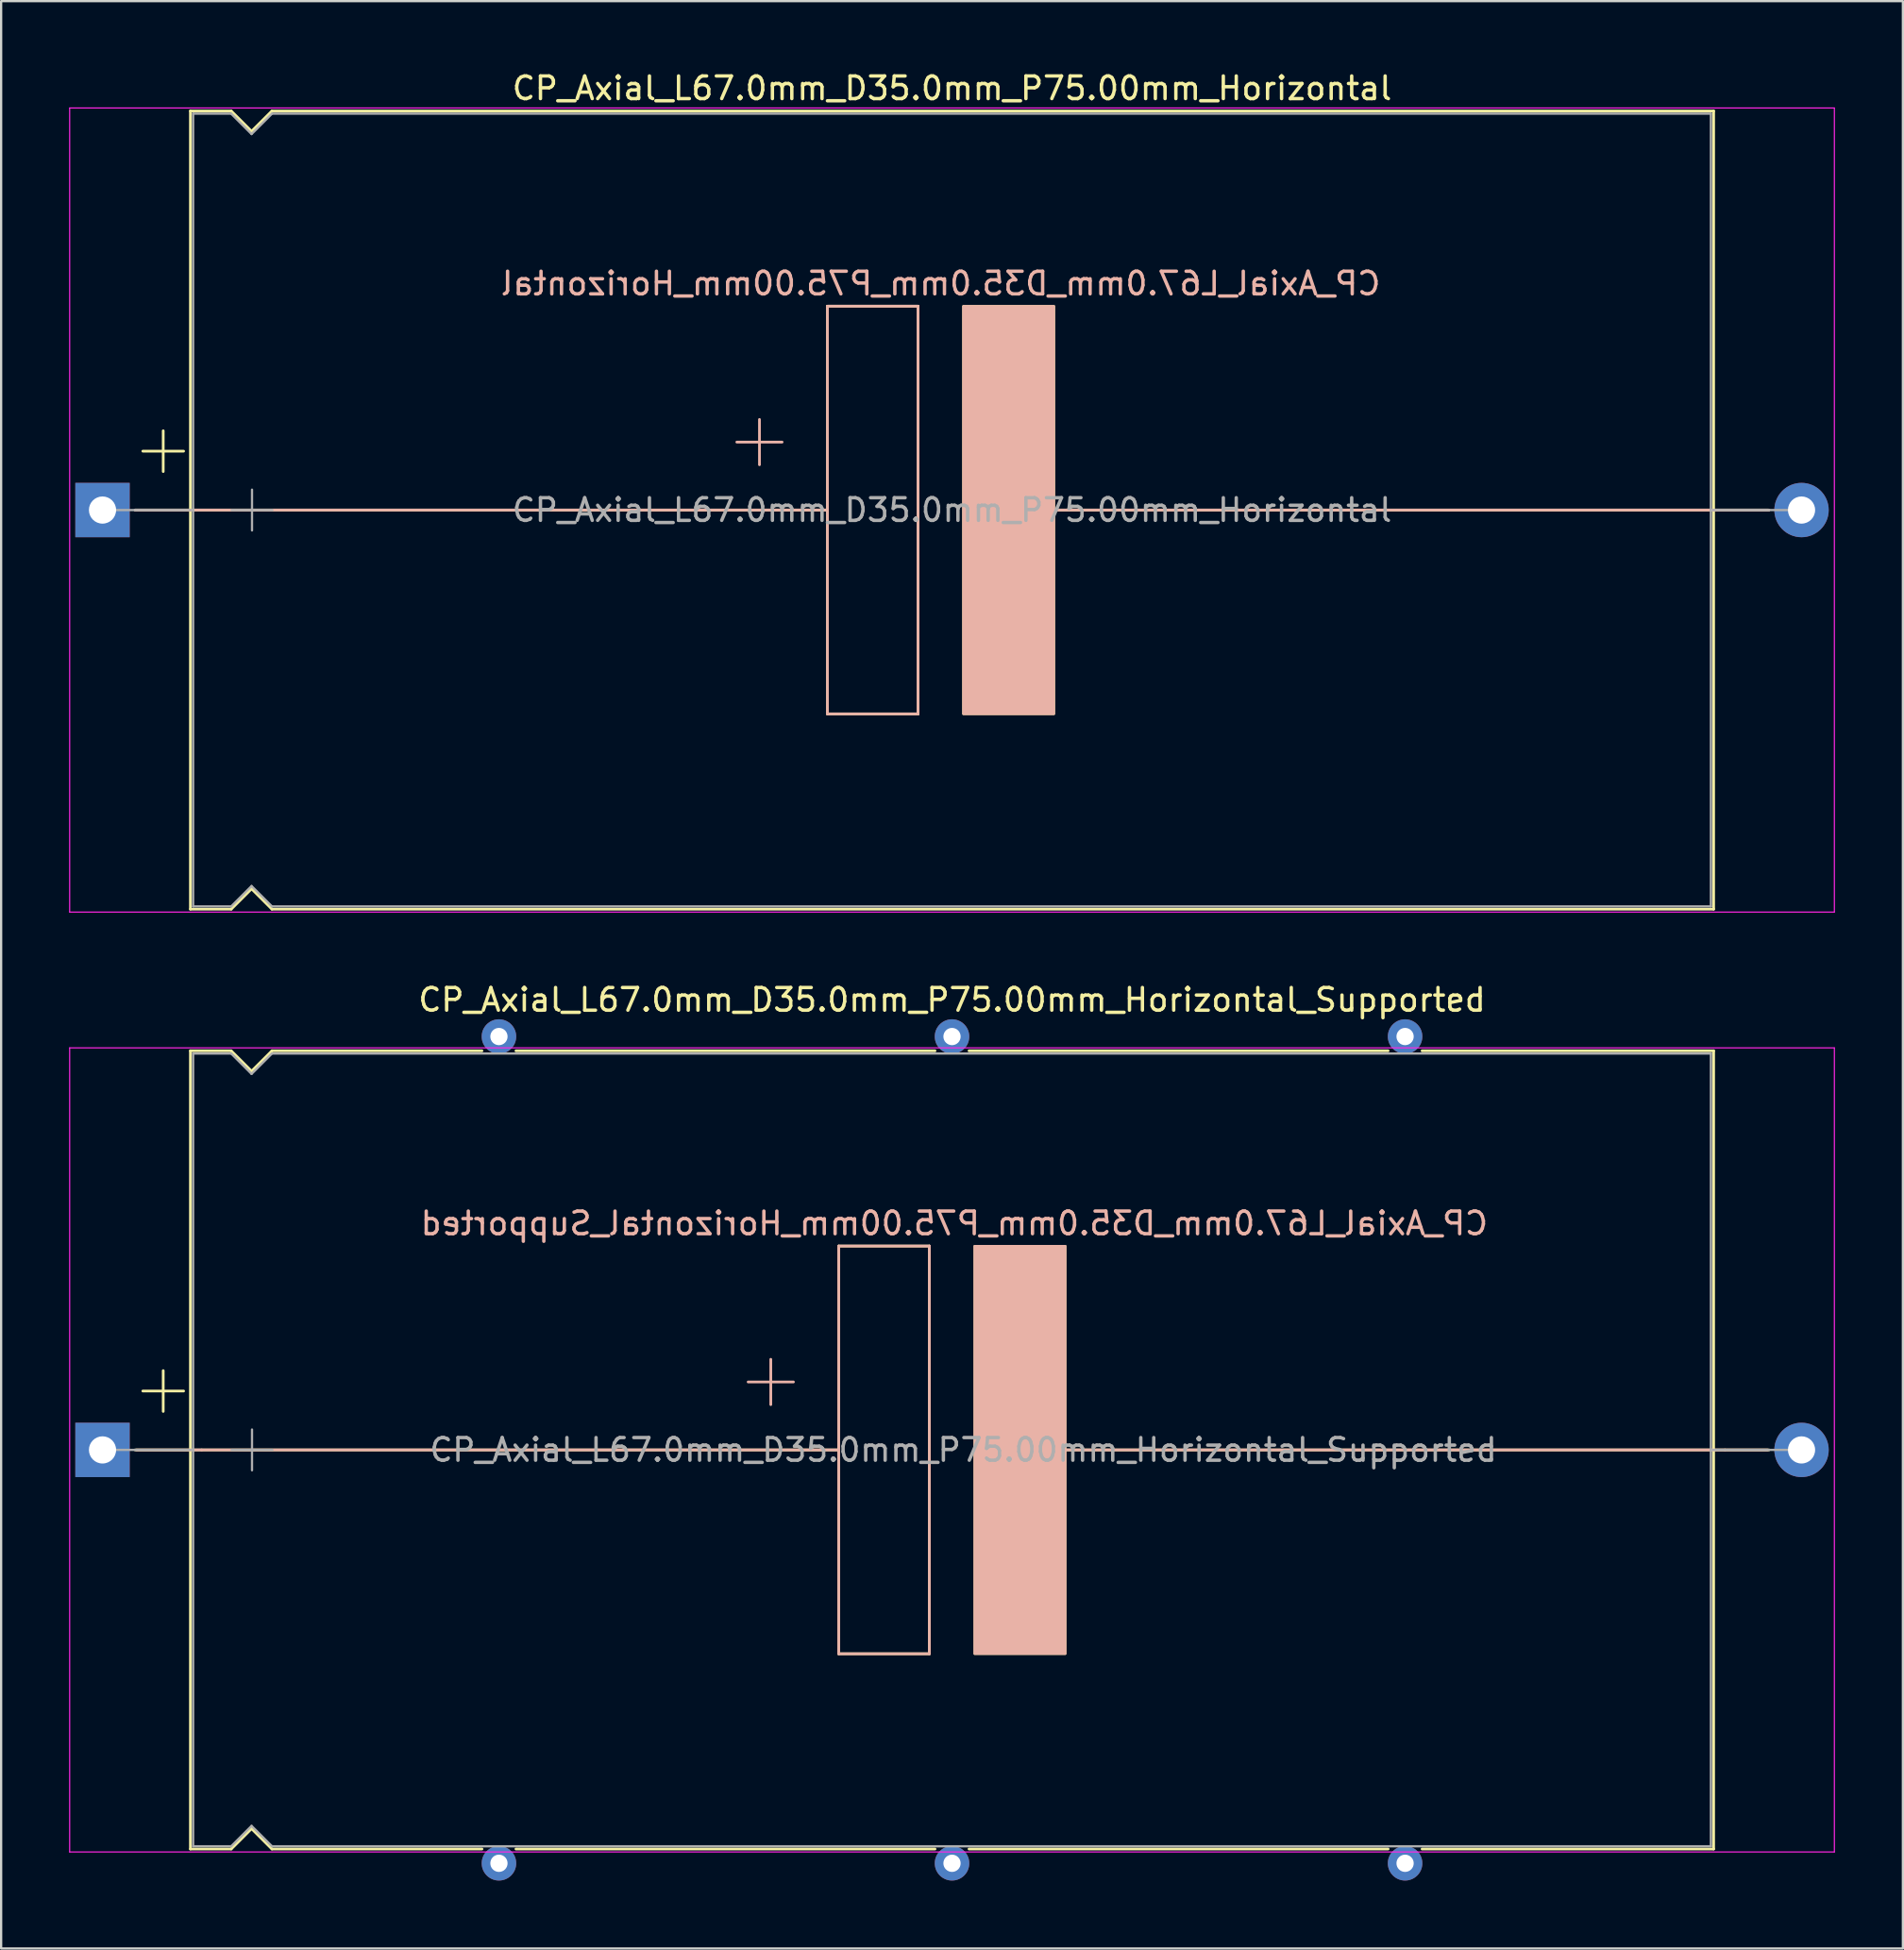
<source format=kicad_pcb>
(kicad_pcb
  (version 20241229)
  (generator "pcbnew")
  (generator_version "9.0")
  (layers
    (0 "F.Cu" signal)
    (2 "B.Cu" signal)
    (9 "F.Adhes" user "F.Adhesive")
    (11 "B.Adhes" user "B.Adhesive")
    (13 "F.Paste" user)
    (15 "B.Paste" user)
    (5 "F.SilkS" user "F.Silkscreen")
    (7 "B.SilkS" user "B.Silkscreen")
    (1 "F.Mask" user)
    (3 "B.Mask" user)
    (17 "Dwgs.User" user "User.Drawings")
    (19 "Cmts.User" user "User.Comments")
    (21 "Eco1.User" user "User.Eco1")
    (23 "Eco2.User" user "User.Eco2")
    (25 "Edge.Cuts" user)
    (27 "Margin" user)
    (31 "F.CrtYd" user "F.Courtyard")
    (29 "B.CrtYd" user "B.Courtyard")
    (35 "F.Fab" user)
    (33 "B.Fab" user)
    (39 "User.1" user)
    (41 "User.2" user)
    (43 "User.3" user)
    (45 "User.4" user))
  (footprint "CP_Axial_L67.0mm_D35.0mm_P75.00mm_Horizontal"
    (layer "F.Cu")
    (at 1.475 19.468)
    (property "Reference" "CP_Axial_L67.0mm_D35.0mm_P75.00mm_Horizontal" (at 37.5 -18.62 0) (layer "F.SilkS") (effects (font (size 1 1) (thickness 0.15))))
    (fp_line (start 1.44 0) (end 3.88 0) (stroke (width 0.12) (type solid)) (layer "F.SilkS"))
    (fp_line (start 1.78 -2.6) (end 3.58 -2.6) (stroke (width 0.12) (type solid)) (layer "F.SilkS"))
    (fp_line (start 2.68 -3.5) (end 2.68 -1.7) (stroke (width 0.12) (type solid)) (layer "F.SilkS"))
    (fp_line (start 3.873 0) (end 32 0) (stroke (width 0.12) (type solid)) (layer "F.SilkS"))
    (fp_line (start 3.88 -17.62) (end 3.88 17.62) (stroke (width 0.12) (type solid)) (layer "F.SilkS"))
    (fp_line (start 3.88 -17.62) (end 5.68 -17.62) (stroke (width 0.12) (type solid)) (layer "F.SilkS"))
    (fp_line (start 3.88 17.62) (end 5.68 17.62) (stroke (width 0.12) (type solid)) (layer "F.SilkS"))
    (fp_line (start 5.68 -17.62) (end 6.58 -16.72) (stroke (width 0.12) (type solid)) (layer "F.SilkS"))
    (fp_line (start 5.68 17.62) (end 6.58 16.72) (stroke (width 0.12) (type solid)) (layer "F.SilkS"))
    (fp_line (start 6.58 -16.72) (end 7.48 -17.62) (stroke (width 0.12) (type solid)) (layer "F.SilkS"))
    (fp_line (start 6.58 16.72) (end 7.48 17.62) (stroke (width 0.12) (type solid)) (layer "F.SilkS"))
    (fp_line (start 7.48 -17.62) (end 71.12 -17.62) (stroke (width 0.12) (type solid)) (layer "F.SilkS"))
    (fp_line (start 7.48 17.62) (end 71.12 17.62) (stroke (width 0.12) (type solid)) (layer "F.SilkS"))
    (fp_line (start 32 -9) (end 36 -9) (stroke (width 0.12) (type solid)) (layer "F.SilkS"))
    (fp_line (start 32 9) (end 32 -9) (stroke (width 0.12) (type solid)) (layer "F.SilkS"))
    (fp_line (start 36 -9) (end 36 9) (stroke (width 0.12) (type solid)) (layer "F.SilkS"))
    (fp_line (start 36 9) (end 32 9) (stroke (width 0.12) (type solid)) (layer "F.SilkS"))
    (fp_line (start 42 0) (end 71.12 0) (stroke (width 0.12) (type solid)) (layer "F.SilkS"))
    (fp_line (start 71.12 -17.62) (end 71.12 17.62) (stroke (width 0.12) (type solid)) (layer "F.SilkS"))
    (fp_line (start 73.56 0) (end 71.12 0) (stroke (width 0.12) (type solid)) (layer "F.SilkS"))
    (fp_poly (pts (xy 42 9) (xy 38 9) (xy 38 -9) (xy 42 -9)) (stroke (width 0.1) (type solid)) (fill yes) (layer "F.SilkS"))
    (fp_line (start 1.44 0) (end 3.88 0) (stroke (width 0.12) (type solid)) (layer "B.SilkS"))
    (fp_line (start 3.88 0) (end 32 0) (stroke (width 0.12) (type solid)) (layer "B.SilkS"))
    (fp_line (start 29 -2) (end 29 -4) (stroke (width 0.12) (type solid)) (layer "B.SilkS"))
    (fp_line (start 30 -3) (end 28 -3) (stroke (width 0.12) (type solid)) (layer "B.SilkS"))
    (fp_line (start 32 -9) (end 36 -9) (stroke (width 0.12) (type solid)) (layer "B.SilkS"))
    (fp_line (start 32 9) (end 32 -9) (stroke (width 0.12) (type solid)) (layer "B.SilkS"))
    (fp_line (start 36 -9) (end 36 9) (stroke (width 0.12) (type solid)) (layer "B.SilkS"))
    (fp_line (start 36 9) (end 32 9) (stroke (width 0.12) (type solid)) (layer "B.SilkS"))
    (fp_line (start 42 0) (end 71.12 0) (stroke (width 0.12) (type solid)) (layer "B.SilkS"))
    (fp_line (start 73.56 0) (end 71.12 0) (stroke (width 0.12) (type solid)) (layer "B.SilkS"))
    (fp_poly (pts (xy 42 9) (xy 38 9) (xy 38 -9) (xy 42 -9)) (stroke (width 0.1) (type solid)) (fill yes) (layer "B.SilkS"))
    (fp_line (start -1.45 -17.75) (end -1.45 17.75) (stroke (width 0.05) (type solid)) (layer "F.CrtYd"))
    (fp_line (start -1.45 17.75) (end 76.45 17.75) (stroke (width 0.05) (type solid)) (layer "F.CrtYd"))
    (fp_line (start 76.45 -17.75) (end -1.45 -17.75) (stroke (width 0.05) (type solid)) (layer "F.CrtYd"))
    (fp_line (start 76.45 17.75) (end 76.45 -17.75) (stroke (width 0.05) (type solid)) (layer "F.CrtYd"))
    (fp_line (start 0 0) (end 4 0) (stroke (width 0.1) (type solid)) (layer "F.Fab"))
    (fp_line (start 4 -17.5) (end 4 17.5) (stroke (width 0.1) (type solid)) (layer "F.Fab"))
    (fp_line (start 4 -17.5) (end 5.68 -17.5) (stroke (width 0.1) (type solid)) (layer "F.Fab"))
    (fp_line (start 4 17.5) (end 5.68 17.5) (stroke (width 0.1) (type solid)) (layer "F.Fab"))
    (fp_line (start 5.68 -17.5) (end 6.58 -16.6) (stroke (width 0.1) (type solid)) (layer "F.Fab"))
    (fp_line (start 5.68 17.5) (end 6.58 16.6) (stroke (width 0.1) (type solid)) (layer "F.Fab"))
    (fp_line (start 5.7 0) (end 7.5 0) (stroke (width 0.1) (type solid)) (layer "F.Fab"))
    (fp_line (start 6.58 -16.6) (end 7.48 -17.5) (stroke (width 0.1) (type solid)) (layer "F.Fab"))
    (fp_line (start 6.58 16.6) (end 7.48 17.5) (stroke (width 0.1) (type solid)) (layer "F.Fab"))
    (fp_line (start 6.6 -0.9) (end 6.6 0.9) (stroke (width 0.1) (type solid)) (layer "F.Fab"))
    (fp_line (start 7.48 -17.5) (end 71 -17.5) (stroke (width 0.1) (type solid)) (layer "F.Fab"))
    (fp_line (start 7.48 17.5) (end 71 17.5) (stroke (width 0.1) (type solid)) (layer "F.Fab"))
    (fp_line (start 71 -17.5) (end 71 17.5) (stroke (width 0.1) (type solid)) (layer "F.Fab"))
    (fp_line (start 75 0) (end 71 0) (stroke (width 0.1) (type solid)) (layer "F.Fab"))
    (fp_text user "${REFERENCE}" (at 37 -10 0) (layer "B.SilkS") (effects (font (size 1 1) (thickness 0.15)) (justify mirror)))
    (fp_text user "${REFERENCE}" (at 37.5 0 0) (layer "F.Fab") (effects (font (size 1 1) (thickness 0.15))))
    (pad "1" thru_hole rect (at 0 0) (size 2.4 2.4) (drill 1.2) (layers "*.Cu" "*.Mask"))
    (pad "2" thru_hole oval (at 75 0) (size 2.4 2.4) (drill 1.2) (layers "*.Cu" "*.Mask")))
  (footprint "CP_Axial_L67.0mm_D35.0mm_P75.00mm_Horizontal_Supported"
    (layer "F.Cu")
    (at 1.475 60.962)
    (property "Reference" "CP_Axial_L67.0mm_D35.0mm_P75.00mm_Horizontal_Supported" (at 37.5 -19.87 0) (layer "F.SilkS") (effects (font (size 1 1) (thickness 0.15))))
    (fp_line (start 1.44 0) (end 3.88 0) (stroke (width 0.12) (type solid)) (layer "F.SilkS"))
    (fp_line (start 1.78 -2.6) (end 3.58 -2.6) (stroke (width 0.12) (type solid)) (layer "F.SilkS"))
    (fp_line (start 2.68 -3.5) (end 2.68 -1.7) (stroke (width 0.12) (type solid)) (layer "F.SilkS"))
    (fp_line (start 3.88 -17.62) (end 3.88 17.62) (stroke (width 0.12) (type solid)) (layer "F.SilkS"))
    (fp_line (start 3.88 -17.62) (end 5.68 -17.62) (stroke (width 0.12) (type solid)) (layer "F.SilkS"))
    (fp_line (start 3.88 0) (end 32.5 0) (stroke (width 0.12) (type solid)) (layer "F.SilkS"))
    (fp_line (start 3.88 17.62) (end 5.68 17.62) (stroke (width 0.12) (type solid)) (layer "F.SilkS"))
    (fp_line (start 5.68 -17.62) (end 6.58 -16.72) (stroke (width 0.12) (type solid)) (layer "F.SilkS"))
    (fp_line (start 5.68 17.62) (end 6.58 16.72) (stroke (width 0.12) (type solid)) (layer "F.SilkS"))
    (fp_line (start 6.58 -16.72) (end 7.48 -17.62) (stroke (width 0.12) (type solid)) (layer "F.SilkS"))
    (fp_line (start 6.58 16.72) (end 7.48 17.62) (stroke (width 0.12) (type solid)) (layer "F.SilkS"))
    (fp_line (start 7.48 -17.62) (end 16.75 -17.62) (stroke (width 0.12) (type solid)) (layer "F.SilkS"))
    (fp_line (start 7.48 17.62) (end 16.75 17.62) (stroke (width 0.12) (type solid)) (layer "F.SilkS"))
    (fp_line (start 18.25 -17.62) (end 36.75 -17.62) (stroke (width 0.12) (type solid)) (layer "F.SilkS"))
    (fp_line (start 18.25 17.62) (end 36.75 17.62) (stroke (width 0.12) (type solid)) (layer "F.SilkS"))
    (fp_line (start 32.5 -9) (end 36.5 -9) (stroke (width 0.12) (type solid)) (layer "F.SilkS"))
    (fp_line (start 32.5 9) (end 32.5 -9) (stroke (width 0.12) (type solid)) (layer "F.SilkS"))
    (fp_line (start 36.5 -9) (end 36.5 9) (stroke (width 0.12) (type solid)) (layer "F.SilkS"))
    (fp_line (start 36.5 9) (end 32.5 9) (stroke (width 0.12) (type solid)) (layer "F.SilkS"))
    (fp_line (start 38.25 -17.62) (end 56.75 -17.62) (stroke (width 0.12) (type solid)) (layer "F.SilkS"))
    (fp_line (start 38.25 17.62) (end 56.75 17.62) (stroke (width 0.12) (type solid)) (layer "F.SilkS"))
    (fp_line (start 42 0) (end 71.12 0) (stroke (width 0.12) (type solid)) (layer "F.SilkS"))
    (fp_line (start 58.25 -17.62) (end 71.12 -17.62) (stroke (width 0.12) (type solid)) (layer "F.SilkS"))
    (fp_line (start 58.25 17.62) (end 71.12 17.62) (stroke (width 0.12) (type solid)) (layer "F.SilkS"))
    (fp_line (start 71.12 -17.62) (end 71.12 17.62) (stroke (width 0.12) (type solid)) (layer "F.SilkS"))
    (fp_line (start 73.56 0) (end 71.12 0) (stroke (width 0.12) (type solid)) (layer "F.SilkS"))
    (fp_poly (pts (xy 42.5 9) (xy 38.5 9) (xy 38.5 -9) (xy 42.5 -9)) (stroke (width 0.1) (type solid)) (fill yes) (layer "F.SilkS"))
    (fp_line (start 1.5 0) (end 4.38 0) (stroke (width 0.12) (type solid)) (layer "B.SilkS"))
    (fp_line (start 4.38 0) (end 32.5 0) (stroke (width 0.12) (type solid)) (layer "B.SilkS"))
    (fp_line (start 29.5 -2) (end 29.5 -4) (stroke (width 0.12) (type solid)) (layer "B.SilkS"))
    (fp_line (start 30.5 -3) (end 28.5 -3) (stroke (width 0.12) (type solid)) (layer "B.SilkS"))
    (fp_line (start 32.5 -9) (end 36.5 -9) (stroke (width 0.12) (type solid)) (layer "B.SilkS"))
    (fp_line (start 32.5 9) (end 32.5 -9) (stroke (width 0.12) (type solid)) (layer "B.SilkS"))
    (fp_line (start 36.5 -9) (end 36.5 9) (stroke (width 0.12) (type solid)) (layer "B.SilkS"))
    (fp_line (start 36.5 9) (end 32.5 9) (stroke (width 0.12) (type solid)) (layer "B.SilkS"))
    (fp_line (start 42.5 0) (end 71.62 0) (stroke (width 0.12) (type solid)) (layer "B.SilkS"))
    (fp_line (start 73.5 0) (end 71.62 0) (stroke (width 0.12) (type solid)) (layer "B.SilkS"))
    (fp_poly (pts (xy 42.5 9) (xy 38.5 9) (xy 38.5 -9) (xy 42.5 -9)) (stroke (width 0.1) (type solid)) (fill yes) (layer "B.SilkS"))
    (fp_line (start -1.45 -17.75) (end -1.45 17.75) (stroke (width 0.05) (type solid)) (layer "F.CrtYd"))
    (fp_line (start -1.45 17.75) (end 76.45 17.75) (stroke (width 0.05) (type solid)) (layer "F.CrtYd"))
    (fp_line (start 76.45 -17.75) (end -1.45 -17.75) (stroke (width 0.05) (type solid)) (layer "F.CrtYd"))
    (fp_line (start 76.45 17.75) (end 76.45 -17.75) (stroke (width 0.05) (type solid)) (layer "F.CrtYd"))
    (fp_line (start 0 0) (end 4 0) (stroke (width 0.1) (type solid)) (layer "F.Fab"))
    (fp_line (start 4 -17.5) (end 4 17.5) (stroke (width 0.1) (type solid)) (layer "F.Fab"))
    (fp_line (start 4 -17.5) (end 5.68 -17.5) (stroke (width 0.1) (type solid)) (layer "F.Fab"))
    (fp_line (start 4 17.5) (end 5.68 17.5) (stroke (width 0.1) (type solid)) (layer "F.Fab"))
    (fp_line (start 5.68 -17.5) (end 6.58 -16.6) (stroke (width 0.1) (type solid)) (layer "F.Fab"))
    (fp_line (start 5.68 17.5) (end 6.58 16.6) (stroke (width 0.1) (type solid)) (layer "F.Fab"))
    (fp_line (start 5.7 0) (end 7.5 0) (stroke (width 0.1) (type solid)) (layer "F.Fab"))
    (fp_line (start 6.58 -16.6) (end 7.48 -17.5) (stroke (width 0.1) (type solid)) (layer "F.Fab"))
    (fp_line (start 6.58 16.6) (end 7.48 17.5) (stroke (width 0.1) (type solid)) (layer "F.Fab"))
    (fp_line (start 6.6 -0.9) (end 6.6 0.9) (stroke (width 0.1) (type solid)) (layer "F.Fab"))
    (fp_line (start 7.48 -17.5) (end 71 -17.5) (stroke (width 0.1) (type solid)) (layer "F.Fab"))
    (fp_line (start 7.48 17.5) (end 71 17.5) (stroke (width 0.1) (type solid)) (layer "F.Fab"))
    (fp_line (start 71 -17.5) (end 71 17.5) (stroke (width 0.1) (type solid)) (layer "F.Fab"))
    (fp_line (start 75 0) (end 71 0) (stroke (width 0.1) (type solid)) (layer "F.Fab"))
    (fp_text user "${REFERENCE}" (at 37.6 -10 0) (layer "B.SilkS") (effects (font (size 1 1) (thickness 0.15)) (justify mirror)))
    (fp_text user "${REFERENCE}" (at 38 0 0) (layer "F.Fab") (effects (font (size 1 1) (thickness 0.15))))
    (pad "" thru_hole circle (at 17.5 -18.25) (size 1.524 1.524) (drill 0.762) (layers "*.Cu" "*.Mask"))
    (pad "" thru_hole circle (at 17.5 18.25) (size 1.524 1.524) (drill 0.762) (layers "*.Cu" "*.Mask"))
    (pad "" thru_hole circle (at 37.5 -18.25) (size 1.524 1.524) (drill 0.762) (layers "*.Cu" "*.Mask"))
    (pad "" thru_hole circle (at 37.5 18.25) (size 1.524 1.524) (drill 0.762) (layers "*.Cu" "*.Mask"))
    (pad "" thru_hole circle (at 57.5 -18.25) (size 1.524 1.524) (drill 0.762) (layers "*.Cu" "*.Mask"))
    (pad "" thru_hole circle (at 57.5 18.25) (size 1.524 1.524) (drill 0.762) (layers "*.Cu" "*.Mask"))
    (pad "1" thru_hole rect (at 0 0) (size 2.4 2.4) (drill 1.2) (layers "*.Cu" "*.Mask"))
    (pad "2" thru_hole oval (at 75 0) (size 2.4 2.4) (drill 1.2) (layers "*.Cu" "*.Mask")))
  (gr_rect
    (start -3 -3)
    (end 80.95 82.974)
    (stroke (width 0.1) (type default))
    (fill no)
    (layer "Edge.Cuts")))
</source>
